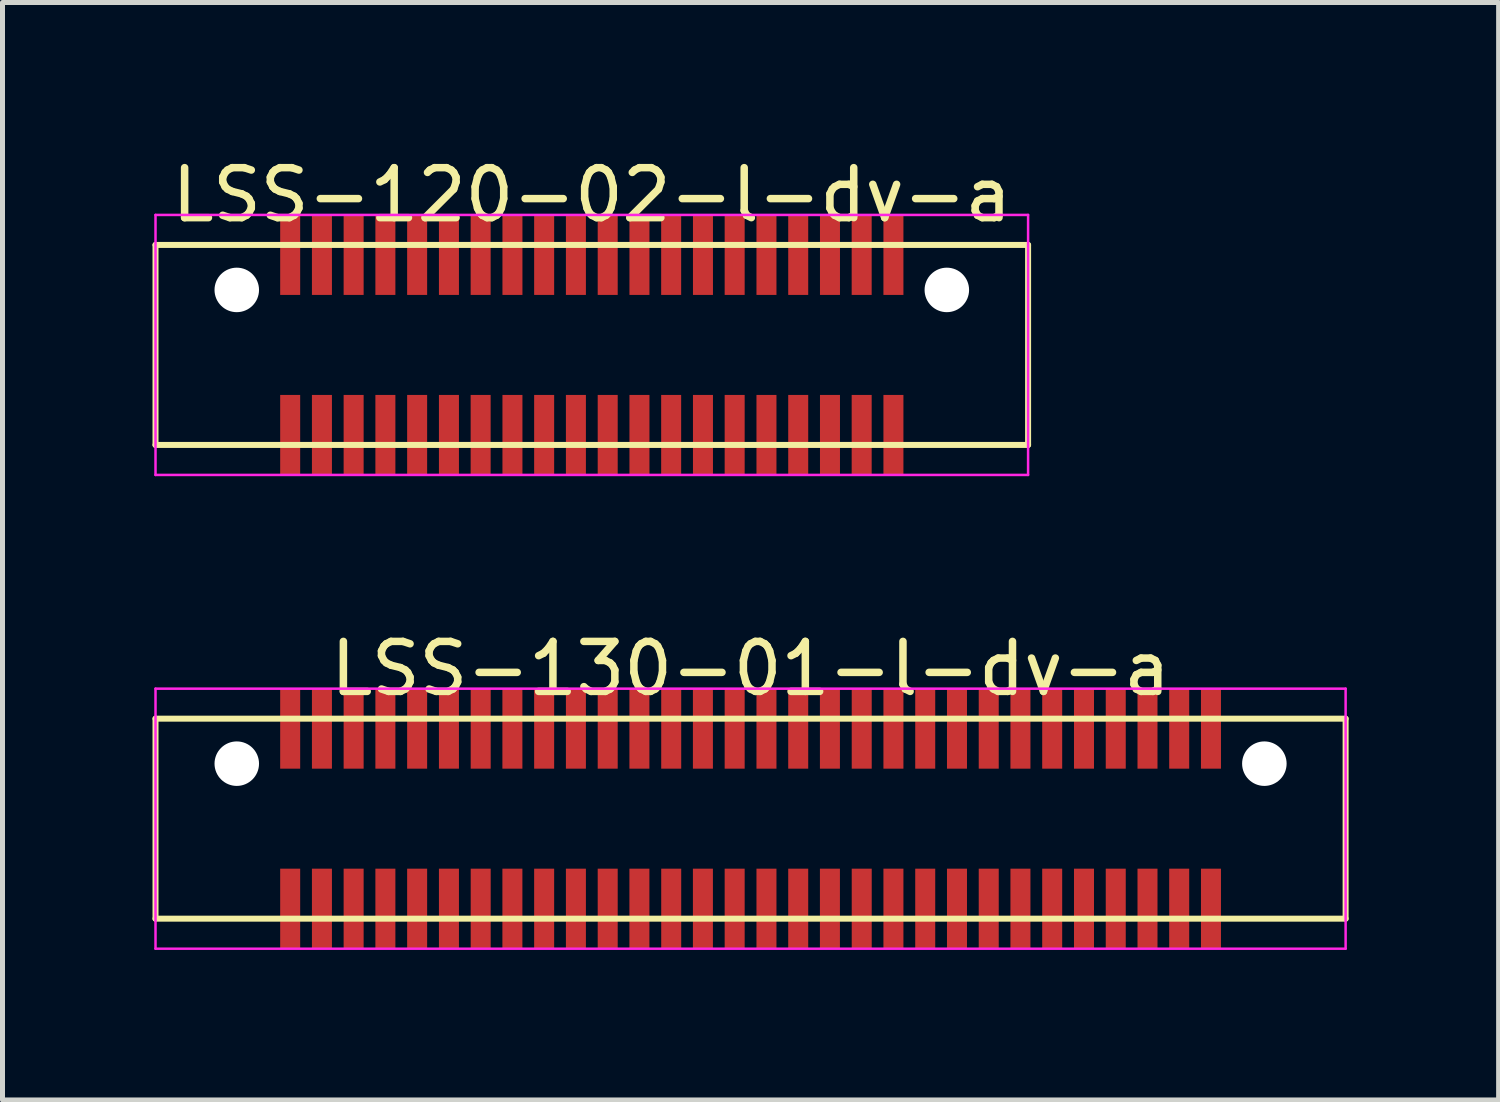
<source format=kicad_pcb>
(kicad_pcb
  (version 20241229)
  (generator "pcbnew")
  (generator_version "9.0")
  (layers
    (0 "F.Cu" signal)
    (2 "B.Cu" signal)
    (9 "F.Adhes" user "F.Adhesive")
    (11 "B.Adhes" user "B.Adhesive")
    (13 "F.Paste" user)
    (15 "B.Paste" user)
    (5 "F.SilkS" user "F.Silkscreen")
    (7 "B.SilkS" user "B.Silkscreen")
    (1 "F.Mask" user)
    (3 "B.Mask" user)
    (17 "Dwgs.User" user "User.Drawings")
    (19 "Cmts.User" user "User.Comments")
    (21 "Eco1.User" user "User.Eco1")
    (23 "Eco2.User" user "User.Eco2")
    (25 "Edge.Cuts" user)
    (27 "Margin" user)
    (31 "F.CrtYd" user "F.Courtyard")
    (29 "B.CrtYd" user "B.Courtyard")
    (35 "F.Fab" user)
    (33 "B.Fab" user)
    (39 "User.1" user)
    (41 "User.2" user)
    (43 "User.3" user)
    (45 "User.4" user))
  (footprint "LSS-130-01-l-dv-a"
    (layer "F.Cu")
    (at 11.96 13.322)
    (property "Reference" "LSS-130-01-l-dv-a" (at 0 -3 0) (layer "F.SilkS") (effects (font (size 1 1) (thickness 0.15))))
    (attr through_hole)
    (fp_line (start -11.9 -2) (end -11.9 2) (stroke (width 0.12) (type solid)) (layer "F.SilkS"))
    (fp_line (start -11.9 2) (end 11.9 2) (stroke (width 0.12) (type solid)) (layer "F.SilkS"))
    (fp_line (start 11.9 -2) (end -11.9 -2) (stroke (width 0.12) (type solid)) (layer "F.SilkS"))
    (fp_line (start 11.9 2) (end 11.9 -2) (stroke (width 0.12) (type solid)) (layer "F.SilkS"))
    (fp_line (start -11.9 -2.6) (end -11.9 2.6) (stroke (width 0.05) (type solid)) (layer "F.CrtYd"))
    (fp_line (start -11.9 2.6) (end 11.9 2.6) (stroke (width 0.05) (type solid)) (layer "F.CrtYd"))
    (fp_line (start 11.9 -2.6) (end -11.9 -2.6) (stroke (width 0.05) (type solid)) (layer "F.CrtYd"))
    (fp_line (start 11.9 2.6) (end 11.9 -2.6) (stroke (width 0.05) (type solid)) (layer "F.CrtYd"))
    (pad "" np_thru_hole circle (at -10.275 -1.1) (size 0.89 0.89) (drill 0.89) (layers "*.Cu" "*.Mask"))
    (pad "" np_thru_hole circle (at 10.275 -1.1) (size 0.89 0.89) (drill 0.89) (layers "*.Cu" "*.Mask"))
    (pad "1" smd rect (at -9.207 -1.8) (size 0.4 1.6) (layers "F.Cu" "F.Mask" "F.Paste"))
    (pad "2" smd rect (at -9.207 1.8) (size 0.4 1.6) (layers "F.Cu" "F.Mask" "F.Paste"))
    (pad "3" smd rect (at -8.572 -1.8) (size 0.4 1.6) (layers "F.Cu" "F.Mask" "F.Paste"))
    (pad "4" smd rect (at -8.572 1.8) (size 0.4 1.6) (layers "F.Cu" "F.Mask" "F.Paste"))
    (pad "5" smd rect (at -7.938 -1.8) (size 0.4 1.6) (layers "F.Cu" "F.Mask" "F.Paste"))
    (pad "6" smd rect (at -7.938 1.8) (size 0.4 1.6) (layers "F.Cu" "F.Mask" "F.Paste"))
    (pad "7" smd rect (at -7.303 -1.8) (size 0.4 1.6) (layers "F.Cu" "F.Mask" "F.Paste"))
    (pad "8" smd rect (at -7.303 1.8) (size 0.4 1.6) (layers "F.Cu" "F.Mask" "F.Paste"))
    (pad "9" smd rect (at -6.668 -1.8) (size 0.4 1.6) (layers "F.Cu" "F.Mask" "F.Paste"))
    (pad "10" smd rect (at -6.668 1.8) (size 0.4 1.6) (layers "F.Cu" "F.Mask" "F.Paste"))
    (pad "11" smd rect (at -6.032 -1.8) (size 0.4 1.6) (layers "F.Cu" "F.Mask" "F.Paste"))
    (pad "12" smd rect (at -6.032 1.8) (size 0.4 1.6) (layers "F.Cu" "F.Mask" "F.Paste"))
    (pad "13" smd rect (at -5.397 -1.8) (size 0.4 1.6) (layers "F.Cu" "F.Mask" "F.Paste"))
    (pad "14" smd rect (at -5.397 1.8) (size 0.4 1.6) (layers "F.Cu" "F.Mask" "F.Paste"))
    (pad "15" smd rect (at -4.763 -1.8) (size 0.4 1.6) (layers "F.Cu" "F.Mask" "F.Paste"))
    (pad "16" smd rect (at -4.763 1.8) (size 0.4 1.6) (layers "F.Cu" "F.Mask" "F.Paste"))
    (pad "17" smd rect (at -4.128 -1.8) (size 0.4 1.6) (layers "F.Cu" "F.Mask" "F.Paste"))
    (pad "18" smd rect (at -4.128 1.8) (size 0.4 1.6) (layers "F.Cu" "F.Mask" "F.Paste"))
    (pad "19" smd rect (at -3.493 -1.8) (size 0.4 1.6) (layers "F.Cu" "F.Mask" "F.Paste"))
    (pad "20" smd rect (at -3.493 1.8) (size 0.4 1.6) (layers "F.Cu" "F.Mask" "F.Paste"))
    (pad "21" smd rect (at -2.857 -1.8) (size 0.4 1.6) (layers "F.Cu" "F.Mask" "F.Paste"))
    (pad "22" smd rect (at -2.857 1.8) (size 0.4 1.6) (layers "F.Cu" "F.Mask" "F.Paste"))
    (pad "23" smd rect (at -2.223 -1.8) (size 0.4 1.6) (layers "F.Cu" "F.Mask" "F.Paste"))
    (pad "24" smd rect (at -2.223 1.8) (size 0.4 1.6) (layers "F.Cu" "F.Mask" "F.Paste"))
    (pad "25" smd rect (at -1.587 -1.8) (size 0.4 1.6) (layers "F.Cu" "F.Mask" "F.Paste"))
    (pad "26" smd rect (at -1.587 1.8) (size 0.4 1.6) (layers "F.Cu" "F.Mask" "F.Paste"))
    (pad "27" smd rect (at -0.953 -1.8) (size 0.4 1.6) (layers "F.Cu" "F.Mask" "F.Paste"))
    (pad "28" smd rect (at -0.953 1.8) (size 0.4 1.6) (layers "F.Cu" "F.Mask" "F.Paste"))
    (pad "29" smd rect (at -0.318 -1.8) (size 0.4 1.6) (layers "F.Cu" "F.Mask" "F.Paste"))
    (pad "30" smd rect (at -0.318 1.8) (size 0.4 1.6) (layers "F.Cu" "F.Mask" "F.Paste"))
    (pad "31" smd rect (at 0.318 -1.8) (size 0.4 1.6) (layers "F.Cu" "F.Mask" "F.Paste"))
    (pad "32" smd rect (at 0.318 1.8) (size 0.4 1.6) (layers "F.Cu" "F.Mask" "F.Paste"))
    (pad "33" smd rect (at 0.953 -1.8) (size 0.4 1.6) (layers "F.Cu" "F.Mask" "F.Paste"))
    (pad "34" smd rect (at 0.953 1.8) (size 0.4 1.6) (layers "F.Cu" "F.Mask" "F.Paste"))
    (pad "35" smd rect (at 1.587 -1.8) (size 0.4 1.6) (layers "F.Cu" "F.Mask" "F.Paste"))
    (pad "36" smd rect (at 1.587 1.8) (size 0.4 1.6) (layers "F.Cu" "F.Mask" "F.Paste"))
    (pad "37" smd rect (at 2.223 -1.8) (size 0.4 1.6) (layers "F.Cu" "F.Mask" "F.Paste"))
    (pad "38" smd rect (at 2.223 1.8) (size 0.4 1.6) (layers "F.Cu" "F.Mask" "F.Paste"))
    (pad "39" smd rect (at 2.857 -1.8) (size 0.4 1.6) (layers "F.Cu" "F.Mask" "F.Paste"))
    (pad "40" smd rect (at 2.857 1.8) (size 0.4 1.6) (layers "F.Cu" "F.Mask" "F.Paste"))
    (pad "41" smd rect (at 3.493 -1.8) (size 0.4 1.6) (layers "F.Cu" "F.Mask" "F.Paste"))
    (pad "42" smd rect (at 3.493 1.8) (size 0.4 1.6) (layers "F.Cu" "F.Mask" "F.Paste"))
    (pad "43" smd rect (at 4.128 -1.8) (size 0.4 1.6) (layers "F.Cu" "F.Mask" "F.Paste"))
    (pad "44" smd rect (at 4.128 1.8) (size 0.4 1.6) (layers "F.Cu" "F.Mask" "F.Paste"))
    (pad "45" smd rect (at 4.763 -1.8) (size 0.4 1.6) (layers "F.Cu" "F.Mask" "F.Paste"))
    (pad "46" smd rect (at 4.763 1.8) (size 0.4 1.6) (layers "F.Cu" "F.Mask" "F.Paste"))
    (pad "47" smd rect (at 5.397 -1.8) (size 0.4 1.6) (layers "F.Cu" "F.Mask" "F.Paste"))
    (pad "48" smd rect (at 5.397 1.8) (size 0.4 1.6) (layers "F.Cu" "F.Mask" "F.Paste"))
    (pad "49" smd rect (at 6.032 -1.8) (size 0.4 1.6) (layers "F.Cu" "F.Mask" "F.Paste"))
    (pad "50" smd rect (at 6.032 1.8) (size 0.4 1.6) (layers "F.Cu" "F.Mask" "F.Paste"))
    (pad "51" smd rect (at 6.668 -1.8) (size 0.4 1.6) (layers "F.Cu" "F.Mask" "F.Paste"))
    (pad "52" smd rect (at 6.668 1.8) (size 0.4 1.6) (layers "F.Cu" "F.Mask" "F.Paste"))
    (pad "53" smd rect (at 7.303 -1.8) (size 0.4 1.6) (layers "F.Cu" "F.Mask" "F.Paste"))
    (pad "54" smd rect (at 7.303 1.8) (size 0.4 1.6) (layers "F.Cu" "F.Mask" "F.Paste"))
    (pad "55" smd rect (at 7.938 -1.8) (size 0.4 1.6) (layers "F.Cu" "F.Mask" "F.Paste"))
    (pad "56" smd rect (at 7.938 1.8) (size 0.4 1.6) (layers "F.Cu" "F.Mask" "F.Paste"))
    (pad "57" smd rect (at 8.572 -1.8) (size 0.4 1.6) (layers "F.Cu" "F.Mask" "F.Paste"))
    (pad "58" smd rect (at 8.572 1.8) (size 0.4 1.6) (layers "F.Cu" "F.Mask" "F.Paste"))
    (pad "59" smd rect (at 9.207 -1.8) (size 0.4 1.6) (layers "F.Cu" "F.Mask" "F.Paste"))
    (pad "60" smd rect (at 9.207 1.8) (size 0.4 1.6) (layers "F.Cu" "F.Mask" "F.Paste")))
  (footprint "LSS-120-02-l-dv-a"
    (layer "F.Cu")
    (at 8.785 3.848)
    (property "Reference" "LSS-120-02-l-dv-a" (at 0 -3 0) (layer "F.SilkS") (effects (font (size 1 1) (thickness 0.15))))
    (attr through_hole)
    (fp_line (start -8.725 -2) (end -8.725 2) (stroke (width 0.12) (type solid)) (layer "F.SilkS"))
    (fp_line (start -8.725 2) (end 8.725 2) (stroke (width 0.12) (type solid)) (layer "F.SilkS"))
    (fp_line (start 8.725 -2) (end -8.725 -2) (stroke (width 0.12) (type solid)) (layer "F.SilkS"))
    (fp_line (start 8.725 2) (end 8.725 -2) (stroke (width 0.12) (type solid)) (layer "F.SilkS"))
    (fp_line (start -8.725 -2.6) (end -8.725 2.6) (stroke (width 0.05) (type solid)) (layer "F.CrtYd"))
    (fp_line (start -8.725 2.6) (end 8.725 2.6) (stroke (width 0.05) (type solid)) (layer "F.CrtYd"))
    (fp_line (start 8.725 -2.6) (end -8.725 -2.6) (stroke (width 0.05) (type solid)) (layer "F.CrtYd"))
    (fp_line (start 8.725 2.6) (end 8.725 -2.6) (stroke (width 0.05) (type solid)) (layer "F.CrtYd"))
    (pad "" np_thru_hole circle (at -7.1 -1.1) (size 0.89 0.89) (drill 0.89) (layers "*.Cu" "*.Mask"))
    (pad "" np_thru_hole circle (at 7.1 -1.1) (size 0.89 0.89) (drill 0.89) (layers "*.Cu" "*.Mask"))
    (pad "1" smd rect (at -6.032 -1.8) (size 0.4 1.6) (layers "F.Cu" "F.Mask" "F.Paste"))
    (pad "2" smd rect (at -6.032 1.8) (size 0.4 1.6) (layers "F.Cu" "F.Mask" "F.Paste"))
    (pad "3" smd rect (at -5.397 -1.8) (size 0.4 1.6) (layers "F.Cu" "F.Mask" "F.Paste"))
    (pad "4" smd rect (at -5.397 1.8) (size 0.4 1.6) (layers "F.Cu" "F.Mask" "F.Paste"))
    (pad "5" smd rect (at -4.763 -1.8) (size 0.4 1.6) (layers "F.Cu" "F.Mask" "F.Paste"))
    (pad "6" smd rect (at -4.763 1.8) (size 0.4 1.6) (layers "F.Cu" "F.Mask" "F.Paste"))
    (pad "7" smd rect (at -4.128 -1.8) (size 0.4 1.6) (layers "F.Cu" "F.Mask" "F.Paste"))
    (pad "8" smd rect (at -4.128 1.8) (size 0.4 1.6) (layers "F.Cu" "F.Mask" "F.Paste"))
    (pad "9" smd rect (at -3.493 -1.8) (size 0.4 1.6) (layers "F.Cu" "F.Mask" "F.Paste"))
    (pad "10" smd rect (at -3.493 1.8) (size 0.4 1.6) (layers "F.Cu" "F.Mask" "F.Paste"))
    (pad "11" smd rect (at -2.857 -1.8) (size 0.4 1.6) (layers "F.Cu" "F.Mask" "F.Paste"))
    (pad "12" smd rect (at -2.857 1.8) (size 0.4 1.6) (layers "F.Cu" "F.Mask" "F.Paste"))
    (pad "13" smd rect (at -2.223 -1.8) (size 0.4 1.6) (layers "F.Cu" "F.Mask" "F.Paste"))
    (pad "14" smd rect (at -2.223 1.8) (size 0.4 1.6) (layers "F.Cu" "F.Mask" "F.Paste"))
    (pad "15" smd rect (at -1.587 -1.8) (size 0.4 1.6) (layers "F.Cu" "F.Mask" "F.Paste"))
    (pad "16" smd rect (at -1.587 1.8) (size 0.4 1.6) (layers "F.Cu" "F.Mask" "F.Paste"))
    (pad "17" smd rect (at -0.953 -1.8) (size 0.4 1.6) (layers "F.Cu" "F.Mask" "F.Paste"))
    (pad "18" smd rect (at -0.953 1.8) (size 0.4 1.6) (layers "F.Cu" "F.Mask" "F.Paste"))
    (pad "19" smd rect (at -0.318 -1.8) (size 0.4 1.6) (layers "F.Cu" "F.Mask" "F.Paste"))
    (pad "20" smd rect (at -0.318 1.8) (size 0.4 1.6) (layers "F.Cu" "F.Mask" "F.Paste"))
    (pad "21" smd rect (at 0.318 -1.8) (size 0.4 1.6) (layers "F.Cu" "F.Mask" "F.Paste"))
    (pad "22" smd rect (at 0.318 1.8) (size 0.4 1.6) (layers "F.Cu" "F.Mask" "F.Paste"))
    (pad "23" smd rect (at 0.953 -1.8) (size 0.4 1.6) (layers "F.Cu" "F.Mask" "F.Paste"))
    (pad "24" smd rect (at 0.953 1.8) (size 0.4 1.6) (layers "F.Cu" "F.Mask" "F.Paste"))
    (pad "25" smd rect (at 1.587 -1.8) (size 0.4 1.6) (layers "F.Cu" "F.Mask" "F.Paste"))
    (pad "26" smd rect (at 1.587 1.8) (size 0.4 1.6) (layers "F.Cu" "F.Mask" "F.Paste"))
    (pad "27" smd rect (at 2.223 -1.8) (size 0.4 1.6) (layers "F.Cu" "F.Mask" "F.Paste"))
    (pad "28" smd rect (at 2.223 1.8) (size 0.4 1.6) (layers "F.Cu" "F.Mask" "F.Paste"))
    (pad "29" smd rect (at 2.857 -1.8) (size 0.4 1.6) (layers "F.Cu" "F.Mask" "F.Paste"))
    (pad "30" smd rect (at 2.857 1.8) (size 0.4 1.6) (layers "F.Cu" "F.Mask" "F.Paste"))
    (pad "31" smd rect (at 3.493 -1.8) (size 0.4 1.6) (layers "F.Cu" "F.Mask" "F.Paste"))
    (pad "32" smd rect (at 3.493 1.8) (size 0.4 1.6) (layers "F.Cu" "F.Mask" "F.Paste"))
    (pad "33" smd rect (at 4.128 -1.8) (size 0.4 1.6) (layers "F.Cu" "F.Mask" "F.Paste"))
    (pad "34" smd rect (at 4.128 1.8) (size 0.4 1.6) (layers "F.Cu" "F.Mask" "F.Paste"))
    (pad "35" smd rect (at 4.763 -1.8) (size 0.4 1.6) (layers "F.Cu" "F.Mask" "F.Paste"))
    (pad "36" smd rect (at 4.763 1.8) (size 0.4 1.6) (layers "F.Cu" "F.Mask" "F.Paste"))
    (pad "37" smd rect (at 5.397 -1.8) (size 0.4 1.6) (layers "F.Cu" "F.Mask" "F.Paste"))
    (pad "38" smd rect (at 5.397 1.8) (size 0.4 1.6) (layers "F.Cu" "F.Mask" "F.Paste"))
    (pad "39" smd rect (at 6.032 -1.8) (size 0.4 1.6) (layers "F.Cu" "F.Mask" "F.Paste"))
    (pad "40" smd rect (at 6.032 1.8) (size 0.4 1.6) (layers "F.Cu" "F.Mask" "F.Paste")))
  (gr_rect
    (start -3 -3)
    (end 26.92 18.947)
    (stroke (width 0.1) (type default))
    (fill no)
    (layer "Edge.Cuts")))
</source>
